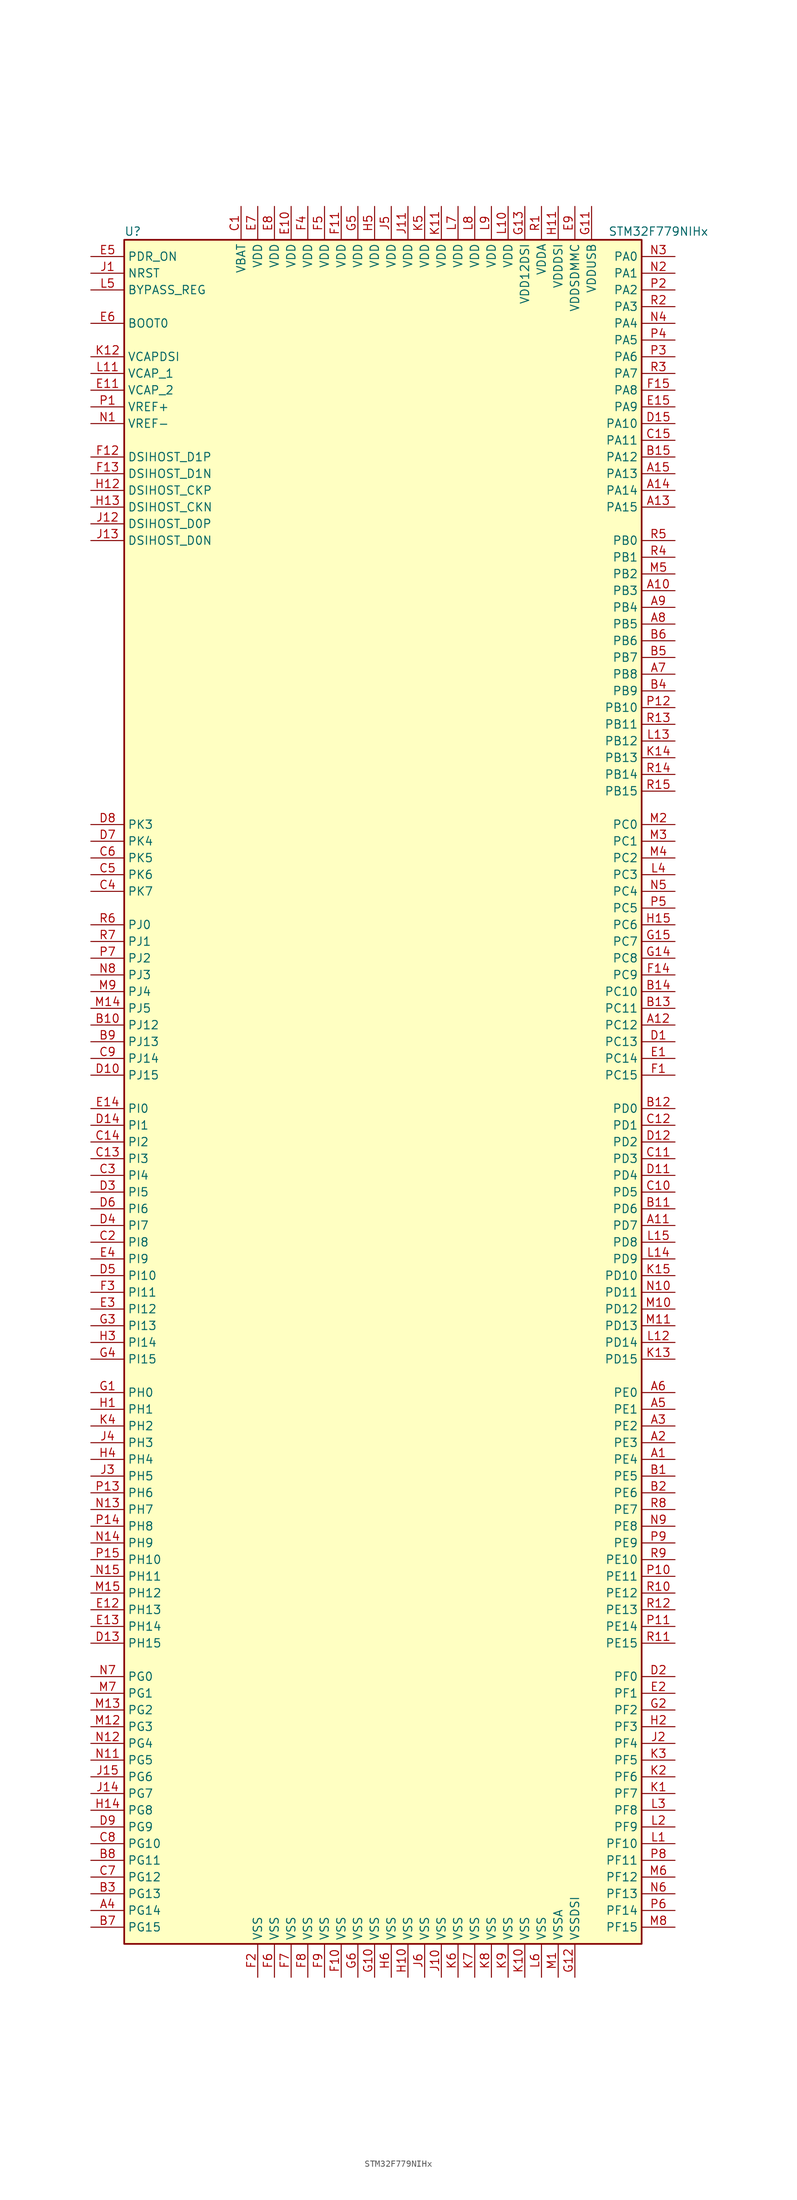
<source format=kicad_sym>
(kicad_symbol_lib
  (version 20211014)
  (generator kicad_symbol_editor)
  (symbol "STM32F779NIHx"
    (property "Reference" "U"
      (at -40.64 130.81 0)
      (effects (font (size 1.27 1.27)) (justify left)))
    (property "Value" "STM32F779NIHx"
      (at 33.02 130.81 0)
      (effects (font (size 1.27 1.27)) (justify left)))
    (symbol "STM32F779NIHx_0_1"
      (rectangle (start -40.64 -129.54) (end 38.1 129.54) (stroke (width 0.254) (type default) (color 0 0 0 0)) (fill (type background))))
    (symbol "STM32F779NIHx_1_1"
      (pin bidirectional line (at 43.18 -55.88 180) (length 5.08) (name "PE4" (effects (font (size 1.27 1.27)))) (number "A1" (effects (font (size 1.27 1.27)))))
      (pin bidirectional line (at 43.18 76.2 180) (length 5.08) (name "PB3" (effects (font (size 1.27 1.27)))) (number "A10" (effects (font (size 1.27 1.27)))))
      (pin bidirectional line (at 43.18 -20.32 180) (length 5.08) (name "PD7" (effects (font (size 1.27 1.27)))) (number "A11" (effects (font (size 1.27 1.27)))))
      (pin bidirectional line (at 43.18 10.16 180) (length 5.08) (name "PC12" (effects (font (size 1.27 1.27)))) (number "A12" (effects (font (size 1.27 1.27)))))
      (pin bidirectional line (at 43.18 88.9 180) (length 5.08) (name "PA15" (effects (font (size 1.27 1.27)))) (number "A13" (effects (font (size 1.27 1.27)))))
      (pin bidirectional line (at 43.18 91.44 180) (length 5.08) (name "PA14" (effects (font (size 1.27 1.27)))) (number "A14" (effects (font (size 1.27 1.27)))))
      (pin bidirectional line (at 43.18 93.98 180) (length 5.08) (name "PA13" (effects (font (size 1.27 1.27)))) (number "A15" (effects (font (size 1.27 1.27)))))
      (pin bidirectional line (at 43.18 -53.34 180) (length 5.08) (name "PE3" (effects (font (size 1.27 1.27)))) (number "A2" (effects (font (size 1.27 1.27)))))
      (pin bidirectional line (at 43.18 -50.8 180) (length 5.08) (name "PE2" (effects (font (size 1.27 1.27)))) (number "A3" (effects (font (size 1.27 1.27)))))
      (pin bidirectional line (at -45.72 -124.46 0) (length 5.08) (name "PG14" (effects (font (size 1.27 1.27)))) (number "A4" (effects (font (size 1.27 1.27)))))
      (pin bidirectional line (at 43.18 -48.26 180) (length 5.08) (name "PE1" (effects (font (size 1.27 1.27)))) (number "A5" (effects (font (size 1.27 1.27)))))
      (pin bidirectional line (at 43.18 -45.72 180) (length 5.08) (name "PE0" (effects (font (size 1.27 1.27)))) (number "A6" (effects (font (size 1.27 1.27)))))
      (pin bidirectional line (at 43.18 63.5 180) (length 5.08) (name "PB8" (effects (font (size 1.27 1.27)))) (number "A7" (effects (font (size 1.27 1.27)))))
      (pin bidirectional line (at 43.18 71.12 180) (length 5.08) (name "PB5" (effects (font (size 1.27 1.27)))) (number "A8" (effects (font (size 1.27 1.27)))))
      (pin bidirectional line (at 43.18 73.66 180) (length 5.08) (name "PB4" (effects (font (size 1.27 1.27)))) (number "A9" (effects (font (size 1.27 1.27)))))
      (pin bidirectional line (at 43.18 -58.42 180) (length 5.08) (name "PE5" (effects (font (size 1.27 1.27)))) (number "B1" (effects (font (size 1.27 1.27)))))
      (pin bidirectional line (at -45.72 10.16 0) (length 5.08) (name "PJ12" (effects (font (size 1.27 1.27)))) (number "B10" (effects (font (size 1.27 1.27)))))
      (pin bidirectional line (at 43.18 -17.78 180) (length 5.08) (name "PD6" (effects (font (size 1.27 1.27)))) (number "B11" (effects (font (size 1.27 1.27)))))
      (pin bidirectional line (at 43.18 -2.54 180) (length 5.08) (name "PD0" (effects (font (size 1.27 1.27)))) (number "B12" (effects (font (size 1.27 1.27)))))
      (pin bidirectional line (at 43.18 12.7 180) (length 5.08) (name "PC11" (effects (font (size 1.27 1.27)))) (number "B13" (effects (font (size 1.27 1.27)))))
      (pin bidirectional line (at 43.18 15.24 180) (length 5.08) (name "PC10" (effects (font (size 1.27 1.27)))) (number "B14" (effects (font (size 1.27 1.27)))))
      (pin bidirectional line (at 43.18 96.52 180) (length 5.08) (name "PA12" (effects (font (size 1.27 1.27)))) (number "B15" (effects (font (size 1.27 1.27)))))
      (pin bidirectional line (at 43.18 -60.96 180) (length 5.08) (name "PE6" (effects (font (size 1.27 1.27)))) (number "B2" (effects (font (size 1.27 1.27)))))
      (pin bidirectional line (at -45.72 -121.92 0) (length 5.08) (name "PG13" (effects (font (size 1.27 1.27)))) (number "B3" (effects (font (size 1.27 1.27)))))
      (pin bidirectional line (at 43.18 60.96 180) (length 5.08) (name "PB9" (effects (font (size 1.27 1.27)))) (number "B4" (effects (font (size 1.27 1.27)))))
      (pin bidirectional line (at 43.18 66.04 180) (length 5.08) (name "PB7" (effects (font (size 1.27 1.27)))) (number "B5" (effects (font (size 1.27 1.27)))))
      (pin bidirectional line (at 43.18 68.58 180) (length 5.08) (name "PB6" (effects (font (size 1.27 1.27)))) (number "B6" (effects (font (size 1.27 1.27)))))
      (pin bidirectional line (at -45.72 -127 0) (length 5.08) (name "PG15" (effects (font (size 1.27 1.27)))) (number "B7" (effects (font (size 1.27 1.27)))))
      (pin bidirectional line (at -45.72 -116.84 0) (length 5.08) (name "PG11" (effects (font (size 1.27 1.27)))) (number "B8" (effects (font (size 1.27 1.27)))))
      (pin bidirectional line (at -45.72 7.62 0) (length 5.08) (name "PJ13" (effects (font (size 1.27 1.27)))) (number "B9" (effects (font (size 1.27 1.27)))))
      (pin power_in line (at -22.86 134.62 270) (length 5.08) (name "VBAT" (effects (font (size 1.27 1.27)))) (number "C1" (effects (font (size 1.27 1.27)))))
      (pin bidirectional line (at 43.18 -15.24 180) (length 5.08) (name "PD5" (effects (font (size 1.27 1.27)))) (number "C10" (effects (font (size 1.27 1.27)))))
      (pin bidirectional line (at 43.18 -10.16 180) (length 5.08) (name "PD3" (effects (font (size 1.27 1.27)))) (number "C11" (effects (font (size 1.27 1.27)))))
      (pin bidirectional line (at 43.18 -5.08 180) (length 5.08) (name "PD1" (effects (font (size 1.27 1.27)))) (number "C12" (effects (font (size 1.27 1.27)))))
      (pin bidirectional line (at -45.72 -10.16 0) (length 5.08) (name "PI3" (effects (font (size 1.27 1.27)))) (number "C13" (effects (font (size 1.27 1.27)))))
      (pin bidirectional line (at -45.72 -7.62 0) (length 5.08) (name "PI2" (effects (font (size 1.27 1.27)))) (number "C14" (effects (font (size 1.27 1.27)))))
      (pin bidirectional line (at 43.18 99.06 180) (length 5.08) (name "PA11" (effects (font (size 1.27 1.27)))) (number "C15" (effects (font (size 1.27 1.27)))))
      (pin bidirectional line (at -45.72 -22.86 0) (length 5.08) (name "PI8" (effects (font (size 1.27 1.27)))) (number "C2" (effects (font (size 1.27 1.27)))))
      (pin bidirectional line (at -45.72 -12.7 0) (length 5.08) (name "PI4" (effects (font (size 1.27 1.27)))) (number "C3" (effects (font (size 1.27 1.27)))))
      (pin bidirectional line (at -45.72 30.48 0) (length 5.08) (name "PK7" (effects (font (size 1.27 1.27)))) (number "C4" (effects (font (size 1.27 1.27)))))
      (pin bidirectional line (at -45.72 33.02 0) (length 5.08) (name "PK6" (effects (font (size 1.27 1.27)))) (number "C5" (effects (font (size 1.27 1.27)))))
      (pin bidirectional line (at -45.72 35.56 0) (length 5.08) (name "PK5" (effects (font (size 1.27 1.27)))) (number "C6" (effects (font (size 1.27 1.27)))))
      (pin bidirectional line (at -45.72 -119.38 0) (length 5.08) (name "PG12" (effects (font (size 1.27 1.27)))) (number "C7" (effects (font (size 1.27 1.27)))))
      (pin bidirectional line (at -45.72 -114.3 0) (length 5.08) (name "PG10" (effects (font (size 1.27 1.27)))) (number "C8" (effects (font (size 1.27 1.27)))))
      (pin bidirectional line (at -45.72 5.08 0) (length 5.08) (name "PJ14" (effects (font (size 1.27 1.27)))) (number "C9" (effects (font (size 1.27 1.27)))))
      (pin bidirectional line (at 43.18 7.62 180) (length 5.08) (name "PC13" (effects (font (size 1.27 1.27)))) (number "D1" (effects (font (size 1.27 1.27)))))
      (pin bidirectional line (at -45.72 2.54 0) (length 5.08) (name "PJ15" (effects (font (size 1.27 1.27)))) (number "D10" (effects (font (size 1.27 1.27)))))
      (pin bidirectional line (at 43.18 -12.7 180) (length 5.08) (name "PD4" (effects (font (size 1.27 1.27)))) (number "D11" (effects (font (size 1.27 1.27)))))
      (pin bidirectional line (at 43.18 -7.62 180) (length 5.08) (name "PD2" (effects (font (size 1.27 1.27)))) (number "D12" (effects (font (size 1.27 1.27)))))
      (pin bidirectional line (at -45.72 -83.82 0) (length 5.08) (name "PH15" (effects (font (size 1.27 1.27)))) (number "D13" (effects (font (size 1.27 1.27)))))
      (pin bidirectional line (at -45.72 -5.08 0) (length 5.08) (name "PI1" (effects (font (size 1.27 1.27)))) (number "D14" (effects (font (size 1.27 1.27)))))
      (pin bidirectional line (at 43.18 101.6 180) (length 5.08) (name "PA10" (effects (font (size 1.27 1.27)))) (number "D15" (effects (font (size 1.27 1.27)))))
      (pin bidirectional line (at 43.18 -88.9 180) (length 5.08) (name "PF0" (effects (font (size 1.27 1.27)))) (number "D2" (effects (font (size 1.27 1.27)))))
      (pin bidirectional line (at -45.72 -15.24 0) (length 5.08) (name "PI5" (effects (font (size 1.27 1.27)))) (number "D3" (effects (font (size 1.27 1.27)))))
      (pin bidirectional line (at -45.72 -20.32 0) (length 5.08) (name "PI7" (effects (font (size 1.27 1.27)))) (number "D4" (effects (font (size 1.27 1.27)))))
      (pin bidirectional line (at -45.72 -27.94 0) (length 5.08) (name "PI10" (effects (font (size 1.27 1.27)))) (number "D5" (effects (font (size 1.27 1.27)))))
      (pin bidirectional line (at -45.72 -17.78 0) (length 5.08) (name "PI6" (effects (font (size 1.27 1.27)))) (number "D6" (effects (font (size 1.27 1.27)))))
      (pin bidirectional line (at -45.72 38.1 0) (length 5.08) (name "PK4" (effects (font (size 1.27 1.27)))) (number "D7" (effects (font (size 1.27 1.27)))))
      (pin bidirectional line (at -45.72 40.64 0) (length 5.08) (name "PK3" (effects (font (size 1.27 1.27)))) (number "D8" (effects (font (size 1.27 1.27)))))
      (pin bidirectional line (at -45.72 -111.76 0) (length 5.08) (name "PG9" (effects (font (size 1.27 1.27)))) (number "D9" (effects (font (size 1.27 1.27)))))
      (pin bidirectional line (at 43.18 5.08 180) (length 5.08) (name "PC14" (effects (font (size 1.27 1.27)))) (number "E1" (effects (font (size 1.27 1.27)))))
      (pin power_in line (at -15.24 134.62 270) (length 5.08) (name "VDD" (effects (font (size 1.27 1.27)))) (number "E10" (effects (font (size 1.27 1.27)))))
      (pin power_in line (at -45.72 106.68 0) (length 5.08) (name "VCAP_2" (effects (font (size 1.27 1.27)))) (number "E11" (effects (font (size 1.27 1.27)))))
      (pin bidirectional line (at -45.72 -78.74 0) (length 5.08) (name "PH13" (effects (font (size 1.27 1.27)))) (number "E12" (effects (font (size 1.27 1.27)))))
      (pin bidirectional line (at -45.72 -81.28 0) (length 5.08) (name "PH14" (effects (font (size 1.27 1.27)))) (number "E13" (effects (font (size 1.27 1.27)))))
      (pin bidirectional line (at -45.72 -2.54 0) (length 5.08) (name "PI0" (effects (font (size 1.27 1.27)))) (number "E14" (effects (font (size 1.27 1.27)))))
      (pin bidirectional line (at 43.18 104.14 180) (length 5.08) (name "PA9" (effects (font (size 1.27 1.27)))) (number "E15" (effects (font (size 1.27 1.27)))))
      (pin bidirectional line (at 43.18 -91.44 180) (length 5.08) (name "PF1" (effects (font (size 1.27 1.27)))) (number "E2" (effects (font (size 1.27 1.27)))))
      (pin bidirectional line (at -45.72 -33.02 0) (length 5.08) (name "PI12" (effects (font (size 1.27 1.27)))) (number "E3" (effects (font (size 1.27 1.27)))))
      (pin bidirectional line (at -45.72 -25.4 0) (length 5.08) (name "PI9" (effects (font (size 1.27 1.27)))) (number "E4" (effects (font (size 1.27 1.27)))))
      (pin input line (at -45.72 127 0) (length 5.08) (name "PDR_ON" (effects (font (size 1.27 1.27)))) (number "E5" (effects (font (size 1.27 1.27)))))
      (pin input line (at -45.72 116.84 0) (length 5.08) (name "BOOT0" (effects (font (size 1.27 1.27)))) (number "E6" (effects (font (size 1.27 1.27)))))
      (pin power_in line (at -20.32 134.62 270) (length 5.08) (name "VDD" (effects (font (size 1.27 1.27)))) (number "E7" (effects (font (size 1.27 1.27)))))
      (pin power_in line (at -17.78 134.62 270) (length 5.08) (name "VDD" (effects (font (size 1.27 1.27)))) (number "E8" (effects (font (size 1.27 1.27)))))
      (pin power_in line (at 27.94 134.62 270) (length 5.08) (name "VDDSDMMC" (effects (font (size 1.27 1.27)))) (number "E9" (effects (font (size 1.27 1.27)))))
      (pin bidirectional line (at 43.18 2.54 180) (length 5.08) (name "PC15" (effects (font (size 1.27 1.27)))) (number "F1" (effects (font (size 1.27 1.27)))))
      (pin power_in line (at -7.62 -134.62 90) (length 5.08) (name "VSS" (effects (font (size 1.27 1.27)))) (number "F10" (effects (font (size 1.27 1.27)))))
      (pin power_in line (at -7.62 134.62 270) (length 5.08) (name "VDD" (effects (font (size 1.27 1.27)))) (number "F11" (effects (font (size 1.27 1.27)))))
      (pin bidirectional line (at -45.72 96.52 0) (length 5.08) (name "DSIHOST_D1P" (effects (font (size 1.27 1.27)))) (number "F12" (effects (font (size 1.27 1.27)))))
      (pin bidirectional line (at -45.72 93.98 0) (length 5.08) (name "DSIHOST_D1N" (effects (font (size 1.27 1.27)))) (number "F13" (effects (font (size 1.27 1.27)))))
      (pin bidirectional line (at 43.18 17.78 180) (length 5.08) (name "PC9" (effects (font (size 1.27 1.27)))) (number "F14" (effects (font (size 1.27 1.27)))))
      (pin bidirectional line (at 43.18 106.68 180) (length 5.08) (name "PA8" (effects (font (size 1.27 1.27)))) (number "F15" (effects (font (size 1.27 1.27)))))
      (pin power_in line (at -20.32 -134.62 90) (length 5.08) (name "VSS" (effects (font (size 1.27 1.27)))) (number "F2" (effects (font (size 1.27 1.27)))))
      (pin bidirectional line (at -45.72 -30.48 0) (length 5.08) (name "PI11" (effects (font (size 1.27 1.27)))) (number "F3" (effects (font (size 1.27 1.27)))))
      (pin power_in line (at -12.7 134.62 270) (length 5.08) (name "VDD" (effects (font (size 1.27 1.27)))) (number "F4" (effects (font (size 1.27 1.27)))))
      (pin power_in line (at -10.16 134.62 270) (length 5.08) (name "VDD" (effects (font (size 1.27 1.27)))) (number "F5" (effects (font (size 1.27 1.27)))))
      (pin power_in line (at -17.78 -134.62 90) (length 5.08) (name "VSS" (effects (font (size 1.27 1.27)))) (number "F6" (effects (font (size 1.27 1.27)))))
      (pin power_in line (at -15.24 -134.62 90) (length 5.08) (name "VSS" (effects (font (size 1.27 1.27)))) (number "F7" (effects (font (size 1.27 1.27)))))
      (pin power_in line (at -12.7 -134.62 90) (length 5.08) (name "VSS" (effects (font (size 1.27 1.27)))) (number "F8" (effects (font (size 1.27 1.27)))))
      (pin power_in line (at -10.16 -134.62 90) (length 5.08) (name "VSS" (effects (font (size 1.27 1.27)))) (number "F9" (effects (font (size 1.27 1.27)))))
      (pin input line (at -45.72 -45.72 0) (length 5.08) (name "PH0" (effects (font (size 1.27 1.27)))) (number "G1" (effects (font (size 1.27 1.27)))))
      (pin power_in line (at -2.54 -134.62 90) (length 5.08) (name "VSS" (effects (font (size 1.27 1.27)))) (number "G10" (effects (font (size 1.27 1.27)))))
      (pin power_in line (at 30.48 134.62 270) (length 5.08) (name "VDDUSB" (effects (font (size 1.27 1.27)))) (number "G11" (effects (font (size 1.27 1.27)))))
      (pin power_in line (at 27.94 -134.62 90) (length 5.08) (name "VSSDSI" (effects (font (size 1.27 1.27)))) (number "G12" (effects (font (size 1.27 1.27)))))
      (pin power_in line (at 20.32 134.62 270) (length 5.08) (name "VDD12DSI" (effects (font (size 1.27 1.27)))) (number "G13" (effects (font (size 1.27 1.27)))))
      (pin bidirectional line (at 43.18 20.32 180) (length 5.08) (name "PC8" (effects (font (size 1.27 1.27)))) (number "G14" (effects (font (size 1.27 1.27)))))
      (pin bidirectional line (at 43.18 22.86 180) (length 5.08) (name "PC7" (effects (font (size 1.27 1.27)))) (number "G15" (effects (font (size 1.27 1.27)))))
      (pin bidirectional line (at 43.18 -93.98 180) (length 5.08) (name "PF2" (effects (font (size 1.27 1.27)))) (number "G2" (effects (font (size 1.27 1.27)))))
      (pin bidirectional line (at -45.72 -35.56 0) (length 5.08) (name "PI13" (effects (font (size 1.27 1.27)))) (number "G3" (effects (font (size 1.27 1.27)))))
      (pin bidirectional line (at -45.72 -40.64 0) (length 5.08) (name "PI15" (effects (font (size 1.27 1.27)))) (number "G4" (effects (font (size 1.27 1.27)))))
      (pin power_in line (at -5.08 134.62 270) (length 5.08) (name "VDD" (effects (font (size 1.27 1.27)))) (number "G5" (effects (font (size 1.27 1.27)))))
      (pin power_in line (at -5.08 -134.62 90) (length 5.08) (name "VSS" (effects (font (size 1.27 1.27)))) (number "G6" (effects (font (size 1.27 1.27)))))
      (pin input line (at -45.72 -48.26 0) (length 5.08) (name "PH1" (effects (font (size 1.27 1.27)))) (number "H1" (effects (font (size 1.27 1.27)))))
      (pin power_in line (at 2.54 -134.62 90) (length 5.08) (name "VSS" (effects (font (size 1.27 1.27)))) (number "H10" (effects (font (size 1.27 1.27)))))
      (pin power_in line (at 25.4 134.62 270) (length 5.08) (name "VDDDSI" (effects (font (size 1.27 1.27)))) (number "H11" (effects (font (size 1.27 1.27)))))
      (pin bidirectional line (at -45.72 91.44 0) (length 5.08) (name "DSIHOST_CKP" (effects (font (size 1.27 1.27)))) (number "H12" (effects (font (size 1.27 1.27)))))
      (pin bidirectional line (at -45.72 88.9 0) (length 5.08) (name "DSIHOST_CKN" (effects (font (size 1.27 1.27)))) (number "H13" (effects (font (size 1.27 1.27)))))
      (pin bidirectional line (at -45.72 -109.22 0) (length 5.08) (name "PG8" (effects (font (size 1.27 1.27)))) (number "H14" (effects (font (size 1.27 1.27)))))
      (pin bidirectional line (at 43.18 25.4 180) (length 5.08) (name "PC6" (effects (font (size 1.27 1.27)))) (number "H15" (effects (font (size 1.27 1.27)))))
      (pin bidirectional line (at 43.18 -96.52 180) (length 5.08) (name "PF3" (effects (font (size 1.27 1.27)))) (number "H2" (effects (font (size 1.27 1.27)))))
      (pin bidirectional line (at -45.72 -38.1 0) (length 5.08) (name "PI14" (effects (font (size 1.27 1.27)))) (number "H3" (effects (font (size 1.27 1.27)))))
      (pin bidirectional line (at -45.72 -55.88 0) (length 5.08) (name "PH4" (effects (font (size 1.27 1.27)))) (number "H4" (effects (font (size 1.27 1.27)))))
      (pin power_in line (at -2.54 134.62 270) (length 5.08) (name "VDD" (effects (font (size 1.27 1.27)))) (number "H5" (effects (font (size 1.27 1.27)))))
      (pin power_in line (at 0 -134.62 90) (length 5.08) (name "VSS" (effects (font (size 1.27 1.27)))) (number "H6" (effects (font (size 1.27 1.27)))))
      (pin input line (at -45.72 124.46 0) (length 5.08) (name "NRST" (effects (font (size 1.27 1.27)))) (number "J1" (effects (font (size 1.27 1.27)))))
      (pin power_in line (at 7.62 -134.62 90) (length 5.08) (name "VSS" (effects (font (size 1.27 1.27)))) (number "J10" (effects (font (size 1.27 1.27)))))
      (pin power_in line (at 2.54 134.62 270) (length 5.08) (name "VDD" (effects (font (size 1.27 1.27)))) (number "J11" (effects (font (size 1.27 1.27)))))
      (pin bidirectional line (at -45.72 86.36 0) (length 5.08) (name "DSIHOST_D0P" (effects (font (size 1.27 1.27)))) (number "J12" (effects (font (size 1.27 1.27)))))
      (pin bidirectional line (at -45.72 83.82 0) (length 5.08) (name "DSIHOST_D0N" (effects (font (size 1.27 1.27)))) (number "J13" (effects (font (size 1.27 1.27)))))
      (pin bidirectional line (at -45.72 -106.68 0) (length 5.08) (name "PG7" (effects (font (size 1.27 1.27)))) (number "J14" (effects (font (size 1.27 1.27)))))
      (pin bidirectional line (at -45.72 -104.14 0) (length 5.08) (name "PG6" (effects (font (size 1.27 1.27)))) (number "J15" (effects (font (size 1.27 1.27)))))
      (pin bidirectional line (at 43.18 -99.06 180) (length 5.08) (name "PF4" (effects (font (size 1.27 1.27)))) (number "J2" (effects (font (size 1.27 1.27)))))
      (pin bidirectional line (at -45.72 -58.42 0) (length 5.08) (name "PH5" (effects (font (size 1.27 1.27)))) (number "J3" (effects (font (size 1.27 1.27)))))
      (pin bidirectional line (at -45.72 -53.34 0) (length 5.08) (name "PH3" (effects (font (size 1.27 1.27)))) (number "J4" (effects (font (size 1.27 1.27)))))
      (pin power_in line (at 0 134.62 270) (length 5.08) (name "VDD" (effects (font (size 1.27 1.27)))) (number "J5" (effects (font (size 1.27 1.27)))))
      (pin power_in line (at 5.08 -134.62 90) (length 5.08) (name "VSS" (effects (font (size 1.27 1.27)))) (number "J6" (effects (font (size 1.27 1.27)))))
      (pin bidirectional line (at 43.18 -106.68 180) (length 5.08) (name "PF7" (effects (font (size 1.27 1.27)))) (number "K1" (effects (font (size 1.27 1.27)))))
      (pin power_in line (at 20.32 -134.62 90) (length 5.08) (name "VSS" (effects (font (size 1.27 1.27)))) (number "K10" (effects (font (size 1.27 1.27)))))
      (pin power_in line (at 7.62 134.62 270) (length 5.08) (name "VDD" (effects (font (size 1.27 1.27)))) (number "K11" (effects (font (size 1.27 1.27)))))
      (pin power_in line (at -45.72 111.76 0) (length 5.08) (name "VCAPDSI" (effects (font (size 1.27 1.27)))) (number "K12" (effects (font (size 1.27 1.27)))))
      (pin bidirectional line (at 43.18 -40.64 180) (length 5.08) (name "PD15" (effects (font (size 1.27 1.27)))) (number "K13" (effects (font (size 1.27 1.27)))))
      (pin bidirectional line (at 43.18 50.8 180) (length 5.08) (name "PB13" (effects (font (size 1.27 1.27)))) (number "K14" (effects (font (size 1.27 1.27)))))
      (pin bidirectional line (at 43.18 -27.94 180) (length 5.08) (name "PD10" (effects (font (size 1.27 1.27)))) (number "K15" (effects (font (size 1.27 1.27)))))
      (pin bidirectional line (at 43.18 -104.14 180) (length 5.08) (name "PF6" (effects (font (size 1.27 1.27)))) (number "K2" (effects (font (size 1.27 1.27)))))
      (pin bidirectional line (at 43.18 -101.6 180) (length 5.08) (name "PF5" (effects (font (size 1.27 1.27)))) (number "K3" (effects (font (size 1.27 1.27)))))
      (pin bidirectional line (at -45.72 -50.8 0) (length 5.08) (name "PH2" (effects (font (size 1.27 1.27)))) (number "K4" (effects (font (size 1.27 1.27)))))
      (pin power_in line (at 5.08 134.62 270) (length 5.08) (name "VDD" (effects (font (size 1.27 1.27)))) (number "K5" (effects (font (size 1.27 1.27)))))
      (pin power_in line (at 10.16 -134.62 90) (length 5.08) (name "VSS" (effects (font (size 1.27 1.27)))) (number "K6" (effects (font (size 1.27 1.27)))))
      (pin power_in line (at 12.7 -134.62 90) (length 5.08) (name "VSS" (effects (font (size 1.27 1.27)))) (number "K7" (effects (font (size 1.27 1.27)))))
      (pin power_in line (at 15.24 -134.62 90) (length 5.08) (name "VSS" (effects (font (size 1.27 1.27)))) (number "K8" (effects (font (size 1.27 1.27)))))
      (pin power_in line (at 17.78 -134.62 90) (length 5.08) (name "VSS" (effects (font (size 1.27 1.27)))) (number "K9" (effects (font (size 1.27 1.27)))))
      (pin bidirectional line (at 43.18 -114.3 180) (length 5.08) (name "PF10" (effects (font (size 1.27 1.27)))) (number "L1" (effects (font (size 1.27 1.27)))))
      (pin power_in line (at 17.78 134.62 270) (length 5.08) (name "VDD" (effects (font (size 1.27 1.27)))) (number "L10" (effects (font (size 1.27 1.27)))))
      (pin power_in line (at -45.72 109.22 0) (length 5.08) (name "VCAP_1" (effects (font (size 1.27 1.27)))) (number "L11" (effects (font (size 1.27 1.27)))))
      (pin bidirectional line (at 43.18 -38.1 180) (length 5.08) (name "PD14" (effects (font (size 1.27 1.27)))) (number "L12" (effects (font (size 1.27 1.27)))))
      (pin bidirectional line (at 43.18 53.34 180) (length 5.08) (name "PB12" (effects (font (size 1.27 1.27)))) (number "L13" (effects (font (size 1.27 1.27)))))
      (pin bidirectional line (at 43.18 -25.4 180) (length 5.08) (name "PD9" (effects (font (size 1.27 1.27)))) (number "L14" (effects (font (size 1.27 1.27)))))
      (pin bidirectional line (at 43.18 -22.86 180) (length 5.08) (name "PD8" (effects (font (size 1.27 1.27)))) (number "L15" (effects (font (size 1.27 1.27)))))
      (pin bidirectional line (at 43.18 -111.76 180) (length 5.08) (name "PF9" (effects (font (size 1.27 1.27)))) (number "L2" (effects (font (size 1.27 1.27)))))
      (pin bidirectional line (at 43.18 -109.22 180) (length 5.08) (name "PF8" (effects (font (size 1.27 1.27)))) (number "L3" (effects (font (size 1.27 1.27)))))
      (pin bidirectional line (at 43.18 33.02 180) (length 5.08) (name "PC3" (effects (font (size 1.27 1.27)))) (number "L4" (effects (font (size 1.27 1.27)))))
      (pin input line (at -45.72 121.92 0) (length 5.08) (name "BYPASS_REG" (effects (font (size 1.27 1.27)))) (number "L5" (effects (font (size 1.27 1.27)))))
      (pin power_in line (at 22.86 -134.62 90) (length 5.08) (name "VSS" (effects (font (size 1.27 1.27)))) (number "L6" (effects (font (size 1.27 1.27)))))
      (pin power_in line (at 10.16 134.62 270) (length 5.08) (name "VDD" (effects (font (size 1.27 1.27)))) (number "L7" (effects (font (size 1.27 1.27)))))
      (pin power_in line (at 12.7 134.62 270) (length 5.08) (name "VDD" (effects (font (size 1.27 1.27)))) (number "L8" (effects (font (size 1.27 1.27)))))
      (pin power_in line (at 15.24 134.62 270) (length 5.08) (name "VDD" (effects (font (size 1.27 1.27)))) (number "L9" (effects (font (size 1.27 1.27)))))
      (pin power_in line (at 25.4 -134.62 90) (length 5.08) (name "VSSA" (effects (font (size 1.27 1.27)))) (number "M1" (effects (font (size 1.27 1.27)))))
      (pin bidirectional line (at 43.18 -33.02 180) (length 5.08) (name "PD12" (effects (font (size 1.27 1.27)))) (number "M10" (effects (font (size 1.27 1.27)))))
      (pin bidirectional line (at 43.18 -35.56 180) (length 5.08) (name "PD13" (effects (font (size 1.27 1.27)))) (number "M11" (effects (font (size 1.27 1.27)))))
      (pin bidirectional line (at -45.72 -96.52 0) (length 5.08) (name "PG3" (effects (font (size 1.27 1.27)))) (number "M12" (effects (font (size 1.27 1.27)))))
      (pin bidirectional line (at -45.72 -93.98 0) (length 5.08) (name "PG2" (effects (font (size 1.27 1.27)))) (number "M13" (effects (font (size 1.27 1.27)))))
      (pin bidirectional line (at -45.72 12.7 0) (length 5.08) (name "PJ5" (effects (font (size 1.27 1.27)))) (number "M14" (effects (font (size 1.27 1.27)))))
      (pin bidirectional line (at -45.72 -76.2 0) (length 5.08) (name "PH12" (effects (font (size 1.27 1.27)))) (number "M15" (effects (font (size 1.27 1.27)))))
      (pin bidirectional line (at 43.18 40.64 180) (length 5.08) (name "PC0" (effects (font (size 1.27 1.27)))) (number "M2" (effects (font (size 1.27 1.27)))))
      (pin bidirectional line (at 43.18 38.1 180) (length 5.08) (name "PC1" (effects (font (size 1.27 1.27)))) (number "M3" (effects (font (size 1.27 1.27)))))
      (pin bidirectional line (at 43.18 35.56 180) (length 5.08) (name "PC2" (effects (font (size 1.27 1.27)))) (number "M4" (effects (font (size 1.27 1.27)))))
      (pin bidirectional line (at 43.18 78.74 180) (length 5.08) (name "PB2" (effects (font (size 1.27 1.27)))) (number "M5" (effects (font (size 1.27 1.27)))))
      (pin bidirectional line (at 43.18 -119.38 180) (length 5.08) (name "PF12" (effects (font (size 1.27 1.27)))) (number "M6" (effects (font (size 1.27 1.27)))))
      (pin bidirectional line (at -45.72 -91.44 0) (length 5.08) (name "PG1" (effects (font (size 1.27 1.27)))) (number "M7" (effects (font (size 1.27 1.27)))))
      (pin bidirectional line (at 43.18 -127 180) (length 5.08) (name "PF15" (effects (font (size 1.27 1.27)))) (number "M8" (effects (font (size 1.27 1.27)))))
      (pin bidirectional line (at -45.72 15.24 0) (length 5.08) (name "PJ4" (effects (font (size 1.27 1.27)))) (number "M9" (effects (font (size 1.27 1.27)))))
      (pin power_in line (at -45.72 101.6 0) (length 5.08) (name "VREF-" (effects (font (size 1.27 1.27)))) (number "N1" (effects (font (size 1.27 1.27)))))
      (pin bidirectional line (at 43.18 -30.48 180) (length 5.08) (name "PD11" (effects (font (size 1.27 1.27)))) (number "N10" (effects (font (size 1.27 1.27)))))
      (pin bidirectional line (at -45.72 -101.6 0) (length 5.08) (name "PG5" (effects (font (size 1.27 1.27)))) (number "N11" (effects (font (size 1.27 1.27)))))
      (pin bidirectional line (at -45.72 -99.06 0) (length 5.08) (name "PG4" (effects (font (size 1.27 1.27)))) (number "N12" (effects (font (size 1.27 1.27)))))
      (pin bidirectional line (at -45.72 -63.5 0) (length 5.08) (name "PH7" (effects (font (size 1.27 1.27)))) (number "N13" (effects (font (size 1.27 1.27)))))
      (pin bidirectional line (at -45.72 -68.58 0) (length 5.08) (name "PH9" (effects (font (size 1.27 1.27)))) (number "N14" (effects (font (size 1.27 1.27)))))
      (pin bidirectional line (at -45.72 -73.66 0) (length 5.08) (name "PH11" (effects (font (size 1.27 1.27)))) (number "N15" (effects (font (size 1.27 1.27)))))
      (pin bidirectional line (at 43.18 124.46 180) (length 5.08) (name "PA1" (effects (font (size 1.27 1.27)))) (number "N2" (effects (font (size 1.27 1.27)))))
      (pin bidirectional line (at 43.18 127 180) (length 5.08) (name "PA0" (effects (font (size 1.27 1.27)))) (number "N3" (effects (font (size 1.27 1.27)))))
      (pin bidirectional line (at 43.18 116.84 180) (length 5.08) (name "PA4" (effects (font (size 1.27 1.27)))) (number "N4" (effects (font (size 1.27 1.27)))))
      (pin bidirectional line (at 43.18 30.48 180) (length 5.08) (name "PC4" (effects (font (size 1.27 1.27)))) (number "N5" (effects (font (size 1.27 1.27)))))
      (pin bidirectional line (at 43.18 -121.92 180) (length 5.08) (name "PF13" (effects (font (size 1.27 1.27)))) (number "N6" (effects (font (size 1.27 1.27)))))
      (pin bidirectional line (at -45.72 -88.9 0) (length 5.08) (name "PG0" (effects (font (size 1.27 1.27)))) (number "N7" (effects (font (size 1.27 1.27)))))
      (pin bidirectional line (at -45.72 17.78 0) (length 5.08) (name "PJ3" (effects (font (size 1.27 1.27)))) (number "N8" (effects (font (size 1.27 1.27)))))
      (pin bidirectional line (at 43.18 -66.04 180) (length 5.08) (name "PE8" (effects (font (size 1.27 1.27)))) (number "N9" (effects (font (size 1.27 1.27)))))
      (pin power_in line (at -45.72 104.14 0) (length 5.08) (name "VREF+" (effects (font (size 1.27 1.27)))) (number "P1" (effects (font (size 1.27 1.27)))))
      (pin bidirectional line (at 43.18 -73.66 180) (length 5.08) (name "PE11" (effects (font (size 1.27 1.27)))) (number "P10" (effects (font (size 1.27 1.27)))))
      (pin bidirectional line (at 43.18 -81.28 180) (length 5.08) (name "PE14" (effects (font (size 1.27 1.27)))) (number "P11" (effects (font (size 1.27 1.27)))))
      (pin bidirectional line (at 43.18 58.42 180) (length 5.08) (name "PB10" (effects (font (size 1.27 1.27)))) (number "P12" (effects (font (size 1.27 1.27)))))
      (pin bidirectional line (at -45.72 -60.96 0) (length 5.08) (name "PH6" (effects (font (size 1.27 1.27)))) (number "P13" (effects (font (size 1.27 1.27)))))
      (pin bidirectional line (at -45.72 -66.04 0) (length 5.08) (name "PH8" (effects (font (size 1.27 1.27)))) (number "P14" (effects (font (size 1.27 1.27)))))
      (pin bidirectional line (at -45.72 -71.12 0) (length 5.08) (name "PH10" (effects (font (size 1.27 1.27)))) (number "P15" (effects (font (size 1.27 1.27)))))
      (pin bidirectional line (at 43.18 121.92 180) (length 5.08) (name "PA2" (effects (font (size 1.27 1.27)))) (number "P2" (effects (font (size 1.27 1.27)))))
      (pin bidirectional line (at 43.18 111.76 180) (length 5.08) (name "PA6" (effects (font (size 1.27 1.27)))) (number "P3" (effects (font (size 1.27 1.27)))))
      (pin bidirectional line (at 43.18 114.3 180) (length 5.08) (name "PA5" (effects (font (size 1.27 1.27)))) (number "P4" (effects (font (size 1.27 1.27)))))
      (pin bidirectional line (at 43.18 27.94 180) (length 5.08) (name "PC5" (effects (font (size 1.27 1.27)))) (number "P5" (effects (font (size 1.27 1.27)))))
      (pin bidirectional line (at 43.18 -124.46 180) (length 5.08) (name "PF14" (effects (font (size 1.27 1.27)))) (number "P6" (effects (font (size 1.27 1.27)))))
      (pin bidirectional line (at -45.72 20.32 0) (length 5.08) (name "PJ2" (effects (font (size 1.27 1.27)))) (number "P7" (effects (font (size 1.27 1.27)))))
      (pin bidirectional line (at 43.18 -116.84 180) (length 5.08) (name "PF11" (effects (font (size 1.27 1.27)))) (number "P8" (effects (font (size 1.27 1.27)))))
      (pin bidirectional line (at 43.18 -68.58 180) (length 5.08) (name "PE9" (effects (font (size 1.27 1.27)))) (number "P9" (effects (font (size 1.27 1.27)))))
      (pin power_in line (at 22.86 134.62 270) (length 5.08) (name "VDDA" (effects (font (size 1.27 1.27)))) (number "R1" (effects (font (size 1.27 1.27)))))
      (pin bidirectional line (at 43.18 -76.2 180) (length 5.08) (name "PE12" (effects (font (size 1.27 1.27)))) (number "R10" (effects (font (size 1.27 1.27)))))
      (pin bidirectional line (at 43.18 -83.82 180) (length 5.08) (name "PE15" (effects (font (size 1.27 1.27)))) (number "R11" (effects (font (size 1.27 1.27)))))
      (pin bidirectional line (at 43.18 -78.74 180) (length 5.08) (name "PE13" (effects (font (size 1.27 1.27)))) (number "R12" (effects (font (size 1.27 1.27)))))
      (pin bidirectional line (at 43.18 55.88 180) (length 5.08) (name "PB11" (effects (font (size 1.27 1.27)))) (number "R13" (effects (font (size 1.27 1.27)))))
      (pin bidirectional line (at 43.18 48.26 180) (length 5.08) (name "PB14" (effects (font (size 1.27 1.27)))) (number "R14" (effects (font (size 1.27 1.27)))))
      (pin bidirectional line (at 43.18 45.72 180) (length 5.08) (name "PB15" (effects (font (size 1.27 1.27)))) (number "R15" (effects (font (size 1.27 1.27)))))
      (pin bidirectional line (at 43.18 119.38 180) (length 5.08) (name "PA3" (effects (font (size 1.27 1.27)))) (number "R2" (effects (font (size 1.27 1.27)))))
      (pin bidirectional line (at 43.18 109.22 180) (length 5.08) (name "PA7" (effects (font (size 1.27 1.27)))) (number "R3" (effects (font (size 1.27 1.27)))))
      (pin bidirectional line (at 43.18 81.28 180) (length 5.08) (name "PB1" (effects (font (size 1.27 1.27)))) (number "R4" (effects (font (size 1.27 1.27)))))
      (pin bidirectional line (at 43.18 83.82 180) (length 5.08) (name "PB0" (effects (font (size 1.27 1.27)))) (number "R5" (effects (font (size 1.27 1.27)))))
      (pin bidirectional line (at -45.72 25.4 0) (length 5.08) (name "PJ0" (effects (font (size 1.27 1.27)))) (number "R6" (effects (font (size 1.27 1.27)))))
      (pin bidirectional line (at -45.72 22.86 0) (length 5.08) (name "PJ1" (effects (font (size 1.27 1.27)))) (number "R7" (effects (font (size 1.27 1.27)))))
      (pin bidirectional line (at 43.18 -63.5 180) (length 5.08) (name "PE7" (effects (font (size 1.27 1.27)))) (number "R8" (effects (font (size 1.27 1.27)))))
      (pin bidirectional line (at 43.18 -71.12 180) (length 5.08) (name "PE10" (effects (font (size 1.27 1.27)))) (number "R9" (effects (font (size 1.27 1.27))))))))
</source>
